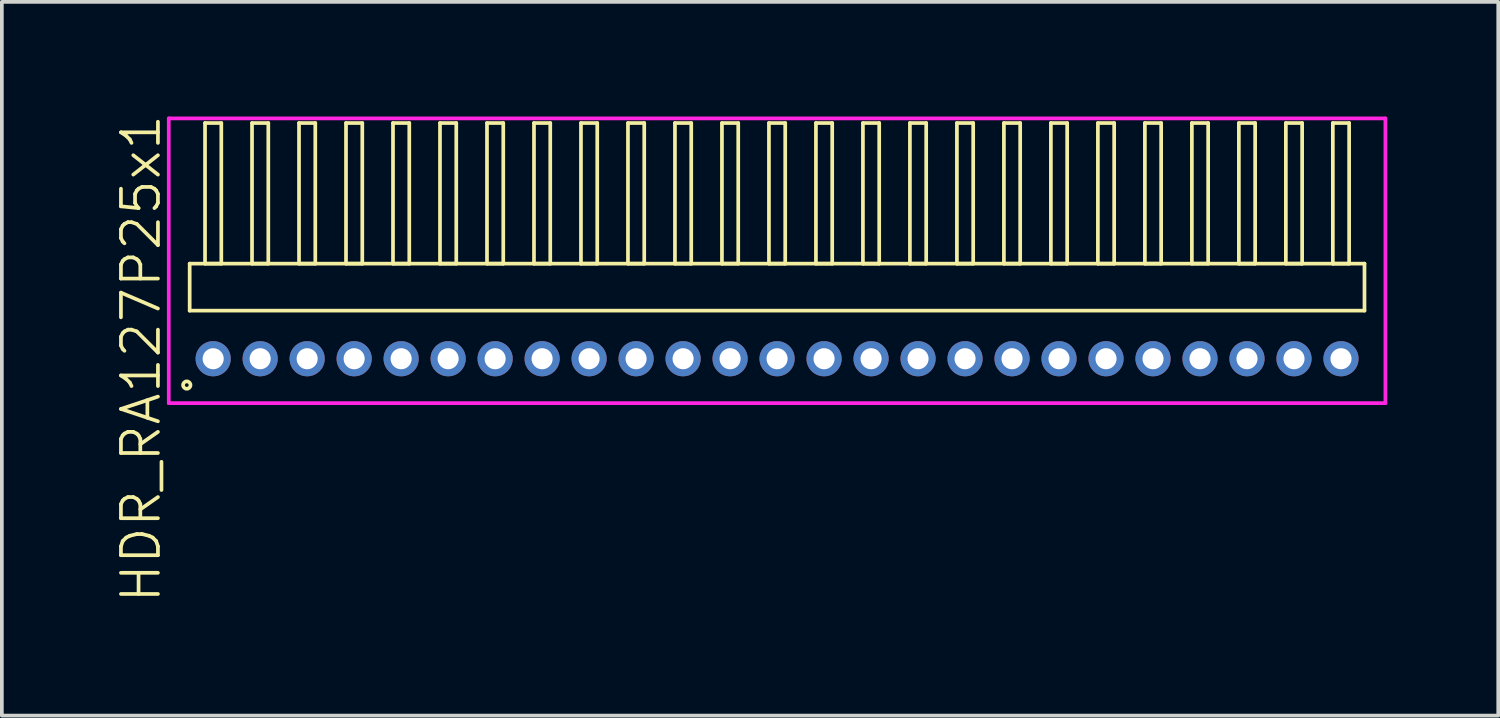
<source format=kicad_pcb>
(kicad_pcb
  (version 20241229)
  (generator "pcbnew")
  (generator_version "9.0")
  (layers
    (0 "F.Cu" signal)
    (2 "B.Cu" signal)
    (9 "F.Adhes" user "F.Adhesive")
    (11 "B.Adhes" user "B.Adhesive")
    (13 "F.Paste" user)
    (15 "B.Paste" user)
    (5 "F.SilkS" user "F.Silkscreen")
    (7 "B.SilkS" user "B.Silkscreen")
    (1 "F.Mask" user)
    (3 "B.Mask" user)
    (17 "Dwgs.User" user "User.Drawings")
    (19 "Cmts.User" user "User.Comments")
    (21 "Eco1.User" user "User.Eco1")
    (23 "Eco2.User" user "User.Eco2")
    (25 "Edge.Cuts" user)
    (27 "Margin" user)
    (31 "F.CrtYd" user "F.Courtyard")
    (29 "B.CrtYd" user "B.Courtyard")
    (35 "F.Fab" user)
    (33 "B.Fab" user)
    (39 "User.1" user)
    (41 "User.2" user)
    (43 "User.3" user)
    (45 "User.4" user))
  (footprint "HDR_RA127P25x1"
    (layer "F.Cu")
    (at 17.951 6.645)
    (property "Reference" "HDR_RA127P25x1" (at -17.19 0 90) (layer "F.SilkS") (effects (font (size 1 1) (thickness 0.1))))
    (attr through_hole)
    (fp_line (start -15.875 -2.57) (end -15.875 -1.3) (stroke (width 0.1) (type solid)) (layer "F.SilkS"))
    (fp_line (start -15.875 -1.3) (end 15.875 -1.3) (stroke (width 0.1) (type solid)) (layer "F.SilkS"))
    (fp_line (start -15.46 -6.37) (end -15.46 -2.57) (stroke (width 0.1) (type solid)) (layer "F.SilkS"))
    (fp_line (start -15.46 -2.57) (end -15.02 -2.57) (stroke (width 0.1) (type solid)) (layer "F.SilkS"))
    (fp_line (start -15.02 -6.37) (end -15.46 -6.37) (stroke (width 0.1) (type solid)) (layer "F.SilkS"))
    (fp_line (start -15.02 -2.57) (end -15.02 -6.37) (stroke (width 0.1) (type solid)) (layer "F.SilkS"))
    (fp_line (start -14.19 -6.37) (end -14.19 -2.57) (stroke (width 0.1) (type solid)) (layer "F.SilkS"))
    (fp_line (start -14.19 -2.57) (end -13.75 -2.57) (stroke (width 0.1) (type solid)) (layer "F.SilkS"))
    (fp_line (start -13.75 -6.37) (end -14.19 -6.37) (stroke (width 0.1) (type solid)) (layer "F.SilkS"))
    (fp_line (start -13.75 -2.57) (end -13.75 -6.37) (stroke (width 0.1) (type solid)) (layer "F.SilkS"))
    (fp_line (start -12.92 -6.37) (end -12.92 -2.57) (stroke (width 0.1) (type solid)) (layer "F.SilkS"))
    (fp_line (start -12.92 -2.57) (end -12.48 -2.57) (stroke (width 0.1) (type solid)) (layer "F.SilkS"))
    (fp_line (start -12.48 -6.37) (end -12.92 -6.37) (stroke (width 0.1) (type solid)) (layer "F.SilkS"))
    (fp_line (start -12.48 -2.57) (end -12.48 -6.37) (stroke (width 0.1) (type solid)) (layer "F.SilkS"))
    (fp_line (start -11.65 -6.37) (end -11.65 -2.57) (stroke (width 0.1) (type solid)) (layer "F.SilkS"))
    (fp_line (start -11.65 -2.57) (end -11.21 -2.57) (stroke (width 0.1) (type solid)) (layer "F.SilkS"))
    (fp_line (start -11.21 -6.37) (end -11.65 -6.37) (stroke (width 0.1) (type solid)) (layer "F.SilkS"))
    (fp_line (start -11.21 -2.57) (end -11.21 -6.37) (stroke (width 0.1) (type solid)) (layer "F.SilkS"))
    (fp_line (start -10.38 -6.37) (end -10.38 -2.57) (stroke (width 0.1) (type solid)) (layer "F.SilkS"))
    (fp_line (start -10.38 -2.57) (end -9.94 -2.57) (stroke (width 0.1) (type solid)) (layer "F.SilkS"))
    (fp_line (start -9.94 -6.37) (end -10.38 -6.37) (stroke (width 0.1) (type solid)) (layer "F.SilkS"))
    (fp_line (start -9.94 -2.57) (end -9.94 -6.37) (stroke (width 0.1) (type solid)) (layer "F.SilkS"))
    (fp_line (start -9.11 -6.37) (end -9.11 -2.57) (stroke (width 0.1) (type solid)) (layer "F.SilkS"))
    (fp_line (start -9.11 -2.57) (end -8.67 -2.57) (stroke (width 0.1) (type solid)) (layer "F.SilkS"))
    (fp_line (start -8.67 -6.37) (end -9.11 -6.37) (stroke (width 0.1) (type solid)) (layer "F.SilkS"))
    (fp_line (start -8.67 -2.57) (end -8.67 -6.37) (stroke (width 0.1) (type solid)) (layer "F.SilkS"))
    (fp_line (start -7.84 -6.37) (end -7.84 -2.57) (stroke (width 0.1) (type solid)) (layer "F.SilkS"))
    (fp_line (start -7.84 -2.57) (end -7.4 -2.57) (stroke (width 0.1) (type solid)) (layer "F.SilkS"))
    (fp_line (start -7.4 -6.37) (end -7.84 -6.37) (stroke (width 0.1) (type solid)) (layer "F.SilkS"))
    (fp_line (start -7.4 -2.57) (end -7.4 -6.37) (stroke (width 0.1) (type solid)) (layer "F.SilkS"))
    (fp_line (start -6.57 -6.37) (end -6.57 -2.57) (stroke (width 0.1) (type solid)) (layer "F.SilkS"))
    (fp_line (start -6.57 -2.57) (end -6.13 -2.57) (stroke (width 0.1) (type solid)) (layer "F.SilkS"))
    (fp_line (start -6.13 -6.37) (end -6.57 -6.37) (stroke (width 0.1) (type solid)) (layer "F.SilkS"))
    (fp_line (start -6.13 -2.57) (end -6.13 -6.37) (stroke (width 0.1) (type solid)) (layer "F.SilkS"))
    (fp_line (start -5.3 -6.37) (end -5.3 -2.57) (stroke (width 0.1) (type solid)) (layer "F.SilkS"))
    (fp_line (start -5.3 -2.57) (end -4.86 -2.57) (stroke (width 0.1) (type solid)) (layer "F.SilkS"))
    (fp_line (start -4.86 -6.37) (end -5.3 -6.37) (stroke (width 0.1) (type solid)) (layer "F.SilkS"))
    (fp_line (start -4.86 -2.57) (end -4.86 -6.37) (stroke (width 0.1) (type solid)) (layer "F.SilkS"))
    (fp_line (start -4.03 -6.37) (end -4.03 -2.57) (stroke (width 0.1) (type solid)) (layer "F.SilkS"))
    (fp_line (start -4.03 -2.57) (end -3.59 -2.57) (stroke (width 0.1) (type solid)) (layer "F.SilkS"))
    (fp_line (start -3.59 -6.37) (end -4.03 -6.37) (stroke (width 0.1) (type solid)) (layer "F.SilkS"))
    (fp_line (start -3.59 -2.57) (end -3.59 -6.37) (stroke (width 0.1) (type solid)) (layer "F.SilkS"))
    (fp_line (start -2.76 -6.37) (end -2.76 -2.57) (stroke (width 0.1) (type solid)) (layer "F.SilkS"))
    (fp_line (start -2.76 -2.57) (end -2.32 -2.57) (stroke (width 0.1) (type solid)) (layer "F.SilkS"))
    (fp_line (start -2.32 -6.37) (end -2.76 -6.37) (stroke (width 0.1) (type solid)) (layer "F.SilkS"))
    (fp_line (start -2.32 -2.57) (end -2.32 -6.37) (stroke (width 0.1) (type solid)) (layer "F.SilkS"))
    (fp_line (start -1.49 -6.37) (end -1.49 -2.57) (stroke (width 0.1) (type solid)) (layer "F.SilkS"))
    (fp_line (start -1.49 -2.57) (end -1.05 -2.57) (stroke (width 0.1) (type solid)) (layer "F.SilkS"))
    (fp_line (start -1.05 -6.37) (end -1.49 -6.37) (stroke (width 0.1) (type solid)) (layer "F.SilkS"))
    (fp_line (start -1.05 -2.57) (end -1.05 -6.37) (stroke (width 0.1) (type solid)) (layer "F.SilkS"))
    (fp_line (start -0.22 -6.37) (end -0.22 -2.57) (stroke (width 0.1) (type solid)) (layer "F.SilkS"))
    (fp_line (start -0.22 -2.57) (end 0.22 -2.57) (stroke (width 0.1) (type solid)) (layer "F.SilkS"))
    (fp_line (start 0.22 -6.37) (end -0.22 -6.37) (stroke (width 0.1) (type solid)) (layer "F.SilkS"))
    (fp_line (start 0.22 -2.57) (end 0.22 -6.37) (stroke (width 0.1) (type solid)) (layer "F.SilkS"))
    (fp_line (start 1.05 -6.37) (end 1.05 -2.57) (stroke (width 0.1) (type solid)) (layer "F.SilkS"))
    (fp_line (start 1.05 -2.57) (end 1.49 -2.57) (stroke (width 0.1) (type solid)) (layer "F.SilkS"))
    (fp_line (start 1.49 -6.37) (end 1.05 -6.37) (stroke (width 0.1) (type solid)) (layer "F.SilkS"))
    (fp_line (start 1.49 -2.57) (end 1.49 -6.37) (stroke (width 0.1) (type solid)) (layer "F.SilkS"))
    (fp_line (start 2.32 -6.37) (end 2.32 -2.57) (stroke (width 0.1) (type solid)) (layer "F.SilkS"))
    (fp_line (start 2.32 -2.57) (end 2.76 -2.57) (stroke (width 0.1) (type solid)) (layer "F.SilkS"))
    (fp_line (start 2.76 -6.37) (end 2.32 -6.37) (stroke (width 0.1) (type solid)) (layer "F.SilkS"))
    (fp_line (start 2.76 -2.57) (end 2.76 -6.37) (stroke (width 0.1) (type solid)) (layer "F.SilkS"))
    (fp_line (start 3.59 -6.37) (end 3.59 -2.57) (stroke (width 0.1) (type solid)) (layer "F.SilkS"))
    (fp_line (start 3.59 -2.57) (end 4.03 -2.57) (stroke (width 0.1) (type solid)) (layer "F.SilkS"))
    (fp_line (start 4.03 -6.37) (end 3.59 -6.37) (stroke (width 0.1) (type solid)) (layer "F.SilkS"))
    (fp_line (start 4.03 -2.57) (end 4.03 -6.37) (stroke (width 0.1) (type solid)) (layer "F.SilkS"))
    (fp_line (start 4.86 -6.37) (end 4.86 -2.57) (stroke (width 0.1) (type solid)) (layer "F.SilkS"))
    (fp_line (start 4.86 -2.57) (end 5.3 -2.57) (stroke (width 0.1) (type solid)) (layer "F.SilkS"))
    (fp_line (start 5.3 -6.37) (end 4.86 -6.37) (stroke (width 0.1) (type solid)) (layer "F.SilkS"))
    (fp_line (start 5.3 -2.57) (end 5.3 -6.37) (stroke (width 0.1) (type solid)) (layer "F.SilkS"))
    (fp_line (start 6.13 -6.37) (end 6.13 -2.57) (stroke (width 0.1) (type solid)) (layer "F.SilkS"))
    (fp_line (start 6.13 -2.57) (end 6.57 -2.57) (stroke (width 0.1) (type solid)) (layer "F.SilkS"))
    (fp_line (start 6.57 -6.37) (end 6.13 -6.37) (stroke (width 0.1) (type solid)) (layer "F.SilkS"))
    (fp_line (start 6.57 -2.57) (end 6.57 -6.37) (stroke (width 0.1) (type solid)) (layer "F.SilkS"))
    (fp_line (start 7.4 -6.37) (end 7.4 -2.57) (stroke (width 0.1) (type solid)) (layer "F.SilkS"))
    (fp_line (start 7.4 -2.57) (end 7.84 -2.57) (stroke (width 0.1) (type solid)) (layer "F.SilkS"))
    (fp_line (start 7.84 -6.37) (end 7.4 -6.37) (stroke (width 0.1) (type solid)) (layer "F.SilkS"))
    (fp_line (start 7.84 -2.57) (end 7.84 -6.37) (stroke (width 0.1) (type solid)) (layer "F.SilkS"))
    (fp_line (start 8.67 -6.37) (end 8.67 -2.57) (stroke (width 0.1) (type solid)) (layer "F.SilkS"))
    (fp_line (start 8.67 -2.57) (end 9.11 -2.57) (stroke (width 0.1) (type solid)) (layer "F.SilkS"))
    (fp_line (start 9.11 -6.37) (end 8.67 -6.37) (stroke (width 0.1) (type solid)) (layer "F.SilkS"))
    (fp_line (start 9.11 -2.57) (end 9.11 -6.37) (stroke (width 0.1) (type solid)) (layer "F.SilkS"))
    (fp_line (start 9.94 -6.37) (end 9.94 -2.57) (stroke (width 0.1) (type solid)) (layer "F.SilkS"))
    (fp_line (start 9.94 -2.57) (end 10.38 -2.57) (stroke (width 0.1) (type solid)) (layer "F.SilkS"))
    (fp_line (start 10.38 -6.37) (end 9.94 -6.37) (stroke (width 0.1) (type solid)) (layer "F.SilkS"))
    (fp_line (start 10.38 -2.57) (end 10.38 -6.37) (stroke (width 0.1) (type solid)) (layer "F.SilkS"))
    (fp_line (start 11.21 -6.37) (end 11.21 -2.57) (stroke (width 0.1) (type solid)) (layer "F.SilkS"))
    (fp_line (start 11.21 -2.57) (end 11.65 -2.57) (stroke (width 0.1) (type solid)) (layer "F.SilkS"))
    (fp_line (start 11.65 -6.37) (end 11.21 -6.37) (stroke (width 0.1) (type solid)) (layer "F.SilkS"))
    (fp_line (start 11.65 -2.57) (end 11.65 -6.37) (stroke (width 0.1) (type solid)) (layer "F.SilkS"))
    (fp_line (start 12.48 -6.37) (end 12.48 -2.57) (stroke (width 0.1) (type solid)) (layer "F.SilkS"))
    (fp_line (start 12.48 -2.57) (end 12.92 -2.57) (stroke (width 0.1) (type solid)) (layer "F.SilkS"))
    (fp_line (start 12.92 -6.37) (end 12.48 -6.37) (stroke (width 0.1) (type solid)) (layer "F.SilkS"))
    (fp_line (start 12.92 -2.57) (end 12.92 -6.37) (stroke (width 0.1) (type solid)) (layer "F.SilkS"))
    (fp_line (start 13.75 -6.37) (end 13.75 -2.57) (stroke (width 0.1) (type solid)) (layer "F.SilkS"))
    (fp_line (start 13.75 -2.57) (end 14.19 -2.57) (stroke (width 0.1) (type solid)) (layer "F.SilkS"))
    (fp_line (start 14.19 -6.37) (end 13.75 -6.37) (stroke (width 0.1) (type solid)) (layer "F.SilkS"))
    (fp_line (start 14.19 -2.57) (end 14.19 -6.37) (stroke (width 0.1) (type solid)) (layer "F.SilkS"))
    (fp_line (start 15.02 -6.37) (end 15.02 -2.57) (stroke (width 0.1) (type solid)) (layer "F.SilkS"))
    (fp_line (start 15.02 -2.57) (end 15.46 -2.57) (stroke (width 0.1) (type solid)) (layer "F.SilkS"))
    (fp_line (start 15.46 -6.37) (end 15.02 -6.37) (stroke (width 0.1) (type solid)) (layer "F.SilkS"))
    (fp_line (start 15.46 -2.57) (end 15.46 -6.37) (stroke (width 0.1) (type solid)) (layer "F.SilkS"))
    (fp_line (start 15.875 -2.57) (end -15.875 -2.57) (stroke (width 0.1) (type solid)) (layer "F.SilkS"))
    (fp_line (start 15.875 -1.3) (end 15.875 -2.57) (stroke (width 0.1) (type solid)) (layer "F.SilkS"))
    (fp_circle (center -15.953 0.712) (end -15.853 0.712) (stroke (width 0.1) (type solid)) (fill no) (layer "F.SilkS"))
    (fp_line (start -16.44 -6.495) (end -16.44 1.2) (stroke (width 0.1) (type solid)) (layer "F.CrtYd"))
    (fp_line (start -16.44 1.2) (end 16.44 1.2) (stroke (width 0.1) (type solid)) (layer "F.CrtYd"))
    (fp_line (start 16.44 -6.495) (end -16.44 -6.495) (stroke (width 0.1) (type solid)) (layer "F.CrtYd"))
    (fp_line (start 16.44 1.2) (end 16.44 -6.495) (stroke (width 0.1) (type solid)) (layer "F.CrtYd"))
    (pad "1" thru_hole oval (at -15.24 0) (size 0.95 0.95) (drill 0.57) (layers "*.Cu" "*.Mask"))
    (pad "2" thru_hole oval (at -13.97 0) (size 0.95 0.95) (drill 0.57) (layers "*.Cu" "*.Mask"))
    (pad "3" thru_hole oval (at -12.7 0) (size 0.95 0.95) (drill 0.57) (layers "*.Cu" "*.Mask"))
    (pad "4" thru_hole oval (at -11.43 0) (size 0.95 0.95) (drill 0.57) (layers "*.Cu" "*.Mask"))
    (pad "5" thru_hole oval (at -10.16 0) (size 0.95 0.95) (drill 0.57) (layers "*.Cu" "*.Mask"))
    (pad "6" thru_hole oval (at -8.89 0) (size 0.95 0.95) (drill 0.57) (layers "*.Cu" "*.Mask"))
    (pad "7" thru_hole oval (at -7.62 0) (size 0.95 0.95) (drill 0.57) (layers "*.Cu" "*.Mask"))
    (pad "8" thru_hole oval (at -6.35 0) (size 0.95 0.95) (drill 0.57) (layers "*.Cu" "*.Mask"))
    (pad "9" thru_hole oval (at -5.08 0) (size 0.95 0.95) (drill 0.57) (layers "*.Cu" "*.Mask"))
    (pad "10" thru_hole oval (at -3.81 0) (size 0.95 0.95) (drill 0.57) (layers "*.Cu" "*.Mask"))
    (pad "11" thru_hole oval (at -2.54 0) (size 0.95 0.95) (drill 0.57) (layers "*.Cu" "*.Mask"))
    (pad "12" thru_hole oval (at -1.27 0) (size 0.95 0.95) (drill 0.57) (layers "*.Cu" "*.Mask"))
    (pad "13" thru_hole oval (at 0 0) (size 0.95 0.95) (drill 0.57) (layers "*.Cu" "*.Mask"))
    (pad "14" thru_hole oval (at 1.27 0) (size 0.95 0.95) (drill 0.57) (layers "*.Cu" "*.Mask"))
    (pad "15" thru_hole oval (at 2.54 0) (size 0.95 0.95) (drill 0.57) (layers "*.Cu" "*.Mask"))
    (pad "16" thru_hole oval (at 3.81 0) (size 0.95 0.95) (drill 0.57) (layers "*.Cu" "*.Mask"))
    (pad "17" thru_hole oval (at 5.08 0) (size 0.95 0.95) (drill 0.57) (layers "*.Cu" "*.Mask"))
    (pad "18" thru_hole oval (at 6.35 0) (size 0.95 0.95) (drill 0.57) (layers "*.Cu" "*.Mask"))
    (pad "19" thru_hole oval (at 7.62 0) (size 0.95 0.95) (drill 0.57) (layers "*.Cu" "*.Mask"))
    (pad "20" thru_hole oval (at 8.89 0) (size 0.95 0.95) (drill 0.57) (layers "*.Cu" "*.Mask"))
    (pad "21" thru_hole oval (at 10.16 0) (size 0.95 0.95) (drill 0.57) (layers "*.Cu" "*.Mask"))
    (pad "22" thru_hole oval (at 11.43 0) (size 0.95 0.95) (drill 0.57) (layers "*.Cu" "*.Mask"))
    (pad "23" thru_hole oval (at 12.7 0) (size 0.95 0.95) (drill 0.57) (layers "*.Cu" "*.Mask"))
    (pad "24" thru_hole oval (at 13.97 0) (size 0.95 0.95) (drill 0.57) (layers "*.Cu" "*.Mask"))
    (pad "25" thru_hole oval (at 15.24 0) (size 0.95 0.95) (drill 0.57) (layers "*.Cu" "*.Mask")))
  (gr_rect
    (start -3 -3)
    (end 37.441 16.29)
    (stroke (width 0.1) (type default))
    (fill no)
    (layer "Edge.Cuts")))
</source>
